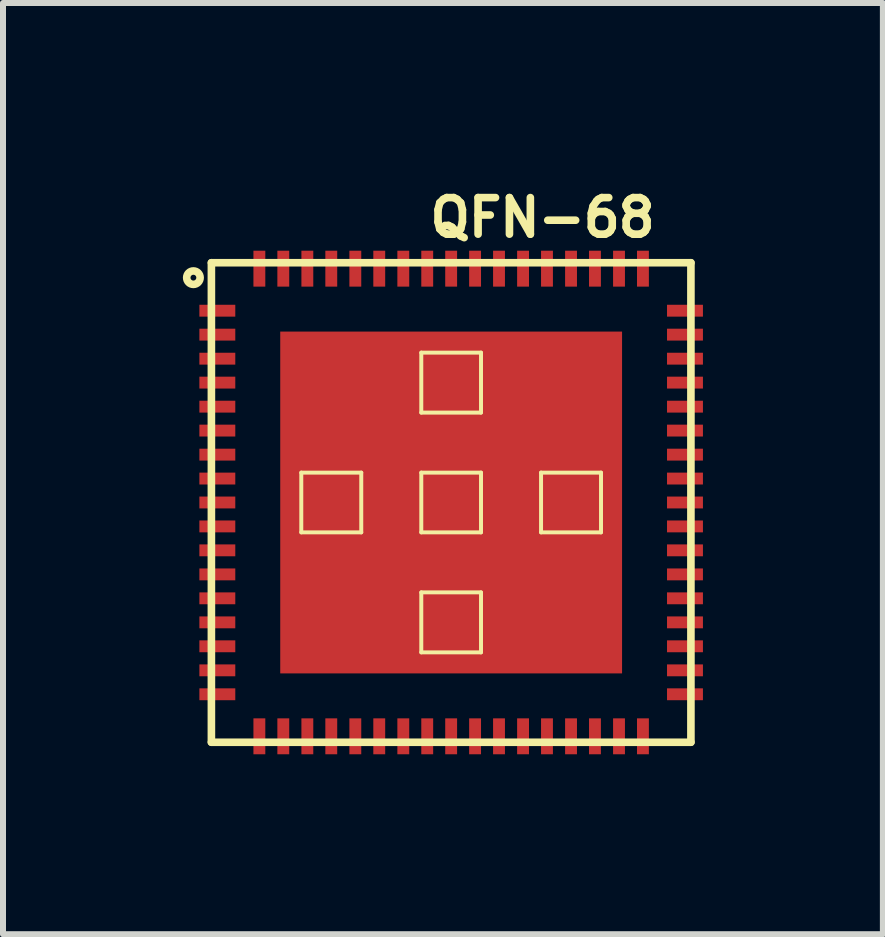
<source format=kicad_pcb>
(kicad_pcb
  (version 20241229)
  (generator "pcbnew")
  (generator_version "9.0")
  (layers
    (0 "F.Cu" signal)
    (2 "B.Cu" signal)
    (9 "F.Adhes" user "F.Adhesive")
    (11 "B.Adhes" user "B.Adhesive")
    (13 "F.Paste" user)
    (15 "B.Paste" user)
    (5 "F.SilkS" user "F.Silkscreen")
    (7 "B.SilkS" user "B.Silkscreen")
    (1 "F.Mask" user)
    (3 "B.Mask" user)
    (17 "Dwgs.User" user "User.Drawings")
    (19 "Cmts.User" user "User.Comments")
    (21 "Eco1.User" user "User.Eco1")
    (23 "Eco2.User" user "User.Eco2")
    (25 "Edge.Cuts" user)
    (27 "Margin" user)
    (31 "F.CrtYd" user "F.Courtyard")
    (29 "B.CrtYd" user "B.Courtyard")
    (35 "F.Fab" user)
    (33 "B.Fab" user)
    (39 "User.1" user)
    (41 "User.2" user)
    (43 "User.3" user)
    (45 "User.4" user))
  (footprint "QFN-68"
    (layer "F.Cu")
    (at 4.473 5.329)
    (property "Reference" "QFN-68" (at 1.524 -4.75 0) (layer "F.SilkS") (effects (font (size 0.61 0.61) (thickness 0.127))))
    (attr smd)
    (fp_line (start -3.998 -3.998) (end -3.998 3.998) (stroke (width 0.127) (type solid)) (layer "F.SilkS"))
    (fp_line (start -3.998 3.998) (end 3.998 3.998) (stroke (width 0.127) (type solid)) (layer "F.SilkS"))
    (fp_line (start -2.499 -0.498) (end -1.499 -0.498) (stroke (width 0.066) (type solid)) (layer "F.SilkS"))
    (fp_line (start -2.499 0.498) (end -2.499 -0.498) (stroke (width 0.066) (type solid)) (layer "F.SilkS"))
    (fp_line (start -2.499 0.498) (end -1.499 0.498) (stroke (width 0.066) (type solid)) (layer "F.SilkS"))
    (fp_line (start -1.499 0.498) (end -1.499 -0.498) (stroke (width 0.066) (type solid)) (layer "F.SilkS"))
    (fp_line (start -0.498 -2.499) (end 0.498 -2.499) (stroke (width 0.066) (type solid)) (layer "F.SilkS"))
    (fp_line (start -0.498 -1.499) (end -0.498 -2.499) (stroke (width 0.066) (type solid)) (layer "F.SilkS"))
    (fp_line (start -0.498 -1.499) (end 0.498 -1.499) (stroke (width 0.066) (type solid)) (layer "F.SilkS"))
    (fp_line (start -0.498 -0.498) (end 0.498 -0.498) (stroke (width 0.066) (type solid)) (layer "F.SilkS"))
    (fp_line (start -0.498 0.498) (end -0.498 -0.498) (stroke (width 0.066) (type solid)) (layer "F.SilkS"))
    (fp_line (start -0.498 0.498) (end 0.498 0.498) (stroke (width 0.066) (type solid)) (layer "F.SilkS"))
    (fp_line (start -0.498 1.499) (end 0.498 1.499) (stroke (width 0.066) (type solid)) (layer "F.SilkS"))
    (fp_line (start -0.498 2.499) (end -0.498 1.499) (stroke (width 0.066) (type solid)) (layer "F.SilkS"))
    (fp_line (start -0.498 2.499) (end 0.498 2.499) (stroke (width 0.066) (type solid)) (layer "F.SilkS"))
    (fp_line (start 0.498 -1.499) (end 0.498 -2.499) (stroke (width 0.066) (type solid)) (layer "F.SilkS"))
    (fp_line (start 0.498 0.498) (end 0.498 -0.498) (stroke (width 0.066) (type solid)) (layer "F.SilkS"))
    (fp_line (start 0.498 2.499) (end 0.498 1.499) (stroke (width 0.066) (type solid)) (layer "F.SilkS"))
    (fp_line (start 1.499 -0.498) (end 2.499 -0.498) (stroke (width 0.066) (type solid)) (layer "F.SilkS"))
    (fp_line (start 1.499 0.498) (end 1.499 -0.498) (stroke (width 0.066) (type solid)) (layer "F.SilkS"))
    (fp_line (start 1.499 0.498) (end 2.499 0.498) (stroke (width 0.066) (type solid)) (layer "F.SilkS"))
    (fp_line (start 2.499 0.498) (end 2.499 -0.498) (stroke (width 0.066) (type solid)) (layer "F.SilkS"))
    (fp_line (start 3.998 -3.998) (end -3.998 -3.998) (stroke (width 0.127) (type solid)) (layer "F.SilkS"))
    (fp_line (start 3.998 3.998) (end 3.998 -3.998) (stroke (width 0.127) (type solid)) (layer "F.SilkS"))
    (fp_circle (center -4.298 -3.749) (end -4.298 -3.861) (stroke (width 0.127) (type solid)) (fill no) (layer "F.SilkS"))
    (pad "1" smd rect (at -3.899 -3.198 180) (size 0.599 0.198) (layers "F.Cu" "F.Mask" "F.Paste"))
    (pad "2" smd rect (at -3.899 -2.799 180) (size 0.599 0.198) (layers "F.Cu" "F.Mask" "F.Paste"))
    (pad "3" smd rect (at -3.899 -2.398 180) (size 0.599 0.198) (layers "F.Cu" "F.Mask" "F.Paste"))
    (pad "4" smd rect (at -3.899 -1.999 180) (size 0.599 0.198) (layers "F.Cu" "F.Mask" "F.Paste"))
    (pad "5" smd rect (at -3.899 -1.598 180) (size 0.599 0.198) (layers "F.Cu" "F.Mask" "F.Paste"))
    (pad "6" smd rect (at -3.899 -1.199 180) (size 0.599 0.198) (layers "F.Cu" "F.Mask" "F.Paste"))
    (pad "7" smd rect (at -3.899 -0.798 180) (size 0.599 0.198) (layers "F.Cu" "F.Mask" "F.Paste"))
    (pad "8" smd rect (at -3.899 -0.399 180) (size 0.599 0.198) (layers "F.Cu" "F.Mask" "F.Paste"))
    (pad "9" smd rect (at -3.899 0 180) (size 0.599 0.198) (layers "F.Cu" "F.Mask" "F.Paste"))
    (pad "10" smd rect (at -3.899 0.399 180) (size 0.599 0.198) (layers "F.Cu" "F.Mask" "F.Paste"))
    (pad "11" smd rect (at -3.899 0.798 180) (size 0.599 0.198) (layers "F.Cu" "F.Mask" "F.Paste"))
    (pad "12" smd rect (at -3.899 1.199 180) (size 0.599 0.198) (layers "F.Cu" "F.Mask" "F.Paste"))
    (pad "13" smd rect (at -3.899 1.598 180) (size 0.599 0.198) (layers "F.Cu" "F.Mask" "F.Paste"))
    (pad "14" smd rect (at -3.899 1.999 180) (size 0.599 0.198) (layers "F.Cu" "F.Mask" "F.Paste"))
    (pad "15" smd rect (at -3.899 2.398 180) (size 0.599 0.198) (layers "F.Cu" "F.Mask" "F.Paste"))
    (pad "16" smd rect (at -3.899 2.799 180) (size 0.599 0.198) (layers "F.Cu" "F.Mask" "F.Paste"))
    (pad "17" smd rect (at -3.899 3.198 180) (size 0.599 0.198) (layers "F.Cu" "F.Mask" "F.Paste"))
    (pad "18" smd rect (at -3.198 3.899 270) (size 0.599 0.198) (layers "F.Cu" "F.Mask" "F.Paste"))
    (pad "19" smd rect (at -2.799 3.899 270) (size 0.599 0.198) (layers "F.Cu" "F.Mask" "F.Paste"))
    (pad "20" smd rect (at -2.398 3.899 270) (size 0.599 0.198) (layers "F.Cu" "F.Mask" "F.Paste"))
    (pad "21" smd rect (at -1.999 3.899 270) (size 0.599 0.198) (layers "F.Cu" "F.Mask" "F.Paste"))
    (pad "22" smd rect (at -1.598 3.899 270) (size 0.599 0.198) (layers "F.Cu" "F.Mask" "F.Paste"))
    (pad "23" smd rect (at -1.199 3.899 270) (size 0.599 0.198) (layers "F.Cu" "F.Mask" "F.Paste"))
    (pad "24" smd rect (at -0.798 3.899 270) (size 0.599 0.198) (layers "F.Cu" "F.Mask" "F.Paste"))
    (pad "25" smd rect (at -0.399 3.899 270) (size 0.599 0.198) (layers "F.Cu" "F.Mask" "F.Paste"))
    (pad "26" smd rect (at 0 3.899 270) (size 0.599 0.198) (layers "F.Cu" "F.Mask" "F.Paste"))
    (pad "27" smd rect (at 0.399 3.899 270) (size 0.599 0.198) (layers "F.Cu" "F.Mask" "F.Paste"))
    (pad "28" smd rect (at 0.798 3.899 270) (size 0.599 0.198) (layers "F.Cu" "F.Mask" "F.Paste"))
    (pad "29" smd rect (at 1.199 3.899 270) (size 0.599 0.198) (layers "F.Cu" "F.Mask" "F.Paste"))
    (pad "30" smd rect (at 1.598 3.899 270) (size 0.599 0.198) (layers "F.Cu" "F.Mask" "F.Paste"))
    (pad "31" smd rect (at 1.999 3.899 270) (size 0.599 0.198) (layers "F.Cu" "F.Mask" "F.Paste"))
    (pad "32" smd rect (at 2.398 3.899 270) (size 0.599 0.198) (layers "F.Cu" "F.Mask" "F.Paste"))
    (pad "33" smd rect (at 2.799 3.899 270) (size 0.599 0.198) (layers "F.Cu" "F.Mask" "F.Paste"))
    (pad "34" smd rect (at 3.198 3.899 270) (size 0.599 0.198) (layers "F.Cu" "F.Mask" "F.Paste"))
    (pad "35" smd rect (at 3.899 3.198) (size 0.599 0.198) (layers "F.Cu" "F.Mask" "F.Paste"))
    (pad "36" smd rect (at 3.899 2.799) (size 0.599 0.198) (layers "F.Cu" "F.Mask" "F.Paste"))
    (pad "37" smd rect (at 3.899 2.398) (size 0.599 0.198) (layers "F.Cu" "F.Mask" "F.Paste"))
    (pad "38" smd rect (at 3.899 1.999) (size 0.599 0.198) (layers "F.Cu" "F.Mask" "F.Paste"))
    (pad "39" smd rect (at 3.899 1.598) (size 0.599 0.198) (layers "F.Cu" "F.Mask" "F.Paste"))
    (pad "40" smd rect (at 3.899 1.199) (size 0.599 0.198) (layers "F.Cu" "F.Mask" "F.Paste"))
    (pad "41" smd rect (at 3.899 0.798) (size 0.599 0.198) (layers "F.Cu" "F.Mask" "F.Paste"))
    (pad "42" smd rect (at 3.899 0.399) (size 0.599 0.198) (layers "F.Cu" "F.Mask" "F.Paste"))
    (pad "43" smd rect (at 3.899 0) (size 0.599 0.198) (layers "F.Cu" "F.Mask" "F.Paste"))
    (pad "44" smd rect (at 3.899 -0.399) (size 0.599 0.198) (layers "F.Cu" "F.Mask" "F.Paste"))
    (pad "45" smd rect (at 3.899 -0.798) (size 0.599 0.198) (layers "F.Cu" "F.Mask" "F.Paste"))
    (pad "46" smd rect (at 3.899 -1.199) (size 0.599 0.198) (layers "F.Cu" "F.Mask" "F.Paste"))
    (pad "47" smd rect (at 3.899 -1.598) (size 0.599 0.198) (layers "F.Cu" "F.Mask" "F.Paste"))
    (pad "48" smd rect (at 3.899 -1.999) (size 0.599 0.198) (layers "F.Cu" "F.Mask" "F.Paste"))
    (pad "49" smd rect (at 3.899 -2.398) (size 0.599 0.198) (layers "F.Cu" "F.Mask" "F.Paste"))
    (pad "50" smd rect (at 3.899 -2.799) (size 0.599 0.198) (layers "F.Cu" "F.Mask" "F.Paste"))
    (pad "51" smd rect (at 3.899 -3.198) (size 0.599 0.198) (layers "F.Cu" "F.Mask" "F.Paste"))
    (pad "52" smd rect (at 3.198 -3.899 90) (size 0.599 0.198) (layers "F.Cu" "F.Mask" "F.Paste"))
    (pad "53" smd rect (at 2.799 -3.899 90) (size 0.599 0.198) (layers "F.Cu" "F.Mask" "F.Paste"))
    (pad "54" smd rect (at 2.398 -3.899 90) (size 0.599 0.198) (layers "F.Cu" "F.Mask" "F.Paste"))
    (pad "55" smd rect (at 1.999 -3.899 90) (size 0.599 0.198) (layers "F.Cu" "F.Mask" "F.Paste"))
    (pad "56" smd rect (at 1.598 -3.899 90) (size 0.599 0.198) (layers "F.Cu" "F.Mask" "F.Paste"))
    (pad "57" smd rect (at 1.199 -3.899 90) (size 0.599 0.198) (layers "F.Cu" "F.Mask" "F.Paste"))
    (pad "58" smd rect (at 0.798 -3.899 90) (size 0.599 0.198) (layers "F.Cu" "F.Mask" "F.Paste"))
    (pad "59" smd rect (at 0.399 -3.899 90) (size 0.599 0.198) (layers "F.Cu" "F.Mask" "F.Paste"))
    (pad "60" smd rect (at 0 -3.899 90) (size 0.599 0.198) (layers "F.Cu" "F.Mask" "F.Paste"))
    (pad "61" smd rect (at -0.399 -3.899 90) (size 0.599 0.198) (layers "F.Cu" "F.Mask" "F.Paste"))
    (pad "62" smd rect (at -0.798 -3.899 90) (size 0.599 0.198) (layers "F.Cu" "F.Mask" "F.Paste"))
    (pad "63" smd rect (at -1.199 -3.899 90) (size 0.599 0.198) (layers "F.Cu" "F.Mask" "F.Paste"))
    (pad "64" smd rect (at -1.598 -3.899 90) (size 0.599 0.198) (layers "F.Cu" "F.Mask" "F.Paste"))
    (pad "65" smd rect (at -1.999 -3.899 90) (size 0.599 0.198) (layers "F.Cu" "F.Mask" "F.Paste"))
    (pad "66" smd rect (at -2.398 -3.899 90) (size 0.599 0.198) (layers "F.Cu" "F.Mask" "F.Paste"))
    (pad "67" smd rect (at -2.799 -3.899 90) (size 0.599 0.198) (layers "F.Cu" "F.Mask" "F.Paste"))
    (pad "68" smd rect (at -3.198 -3.899 90) (size 0.599 0.198) (layers "F.Cu" "F.Mask" "F.Paste"))
    (pad "69" smd rect (at 0 0) (size 5.7 5.7) (layers "F.Cu" "F.Mask" "F.Paste")))
  (gr_rect
    (start -3 -3)
    (end 11.672 12.528)
    (stroke (width 0.1) (type default))
    (fill no)
    (layer "Edge.Cuts")))
</source>
